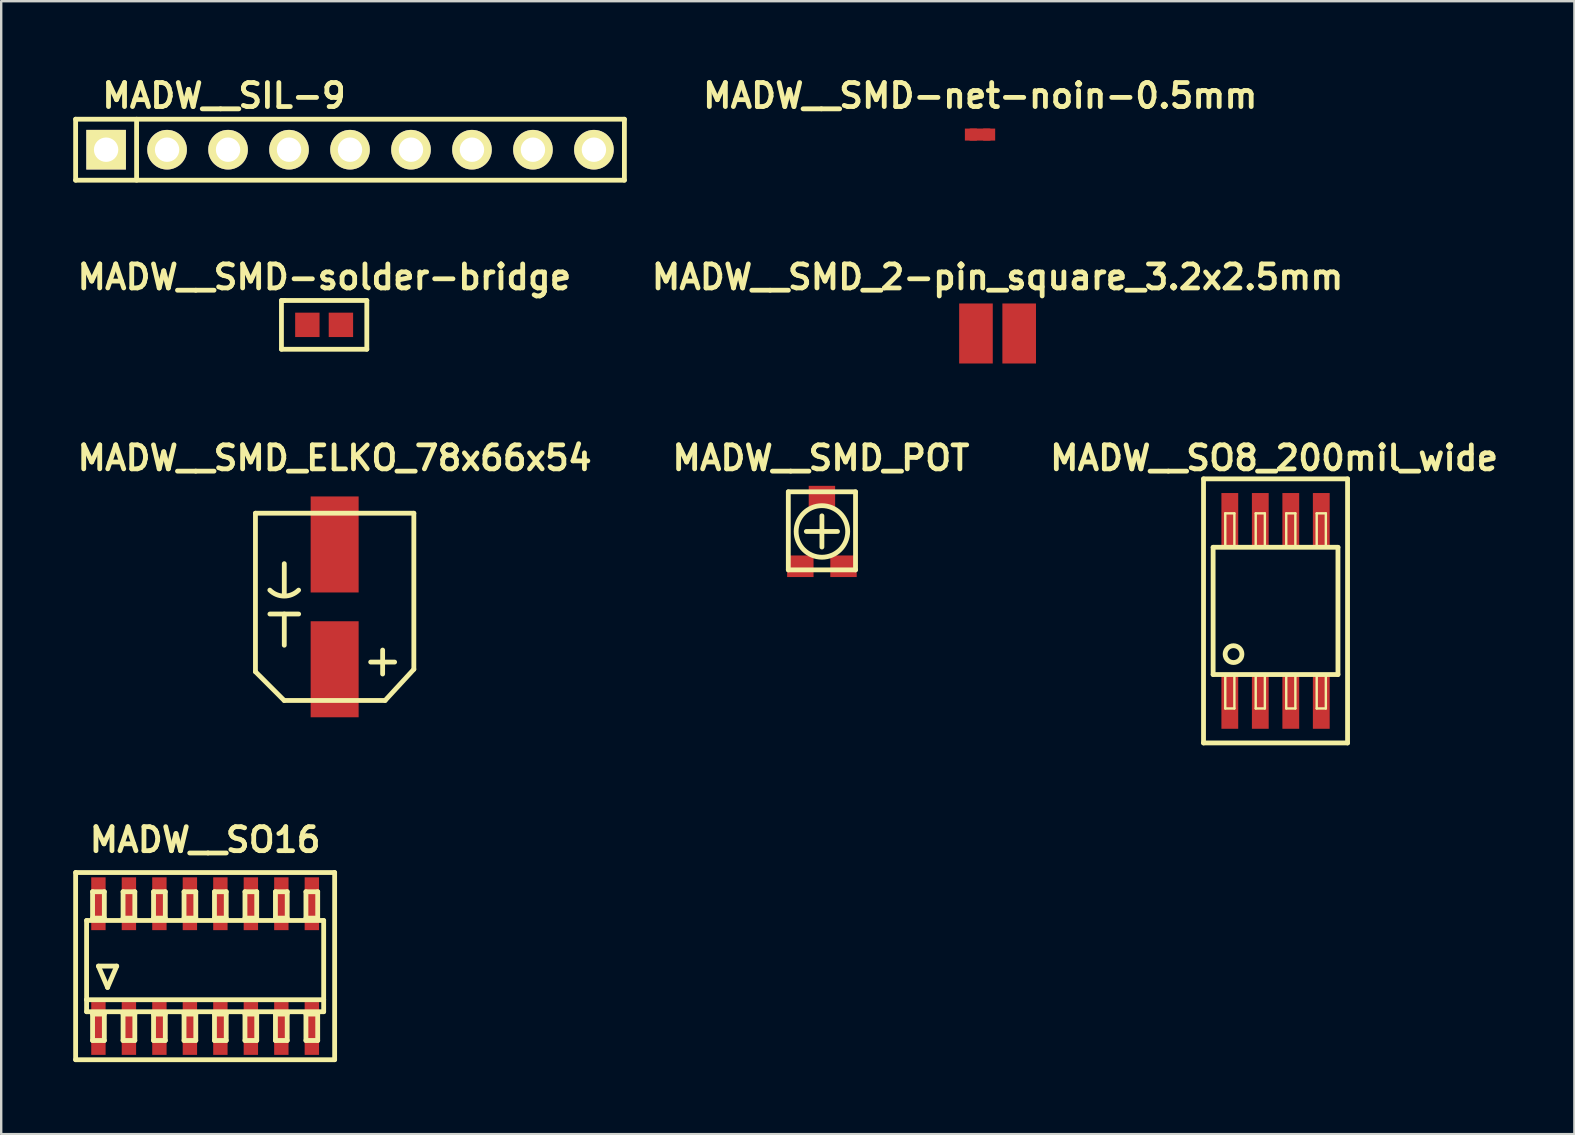
<source format=kicad_pcb>
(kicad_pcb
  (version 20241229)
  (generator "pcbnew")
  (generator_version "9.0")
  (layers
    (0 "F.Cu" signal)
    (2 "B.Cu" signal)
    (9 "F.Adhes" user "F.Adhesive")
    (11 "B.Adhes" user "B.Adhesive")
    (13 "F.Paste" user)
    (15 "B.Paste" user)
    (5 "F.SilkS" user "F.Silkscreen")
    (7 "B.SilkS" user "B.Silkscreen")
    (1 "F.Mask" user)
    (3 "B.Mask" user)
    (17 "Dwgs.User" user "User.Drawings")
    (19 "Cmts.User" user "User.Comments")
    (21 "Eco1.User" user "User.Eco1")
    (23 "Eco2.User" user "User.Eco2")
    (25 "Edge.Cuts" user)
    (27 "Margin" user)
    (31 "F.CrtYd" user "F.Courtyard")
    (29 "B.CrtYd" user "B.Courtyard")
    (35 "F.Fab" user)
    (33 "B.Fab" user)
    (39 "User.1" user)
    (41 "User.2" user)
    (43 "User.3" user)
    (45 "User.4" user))
  (footprint "MADW__SMD_ELKO_78x66x54"
    (layer "F.Cu")
    (at 10.89 22.129)
    (property "Reference" "MADW__SMD_ELKO_78x66x54" (at 0 -6.101 0) (layer "F.SilkS") (effects (font (size 1 1) (thickness 0.2))))
    (attr through_hole)
    (fp_line (start -3.299 -3.8) (end 3.299 -3.8) (stroke (width 0.2) (type solid)) (layer "F.SilkS"))
    (fp_line (start -3.299 2.802) (end -3.299 -3.8) (stroke (width 0.2) (type solid)) (layer "F.SilkS"))
    (fp_line (start -2.697 0.399) (end -1.499 0.399) (stroke (width 0.2) (type solid)) (layer "F.SilkS"))
    (fp_line (start -2.101 4) (end -3.299 2.802) (stroke (width 0.2) (type solid)) (layer "F.SilkS"))
    (fp_line (start -2.101 4) (end 2.101 4) (stroke (width 0.2) (type solid)) (layer "F.SilkS"))
    (fp_line (start -2.098 -0.399) (end -2.098 -1.699) (stroke (width 0.2) (type solid)) (layer "F.SilkS"))
    (fp_line (start -2.098 0.399) (end -2.098 1.699) (stroke (width 0.2) (type solid)) (layer "F.SilkS"))
    (fp_line (start 1.501 2.4) (end 2.499 2.4) (stroke (width 0.2) (type solid)) (layer "F.SilkS"))
    (fp_line (start 1.999 1.9) (end 1.999 2.898) (stroke (width 0.2) (type solid)) (layer "F.SilkS"))
    (fp_line (start 2.101 4) (end 3.299 2.7) (stroke (width 0.2) (type solid)) (layer "F.SilkS"))
    (fp_line (start 3.299 2.7) (end 3.299 -3.8) (stroke (width 0.2) (type solid)) (layer "F.SilkS"))
    (fp_arc (start -1.50114 -0.5969) (mid -2.10058 -0.348604) (end -2.70002 -0.5969) (stroke (width 0.2) (type solid)) (layer "F.SilkS"))
    (pad "1" smd rect (at 0 2.7) (size 1.999 4) (layers "F.Cu" "F.Mask" "F.Paste"))
    (pad "2" smd rect (at 0 -2.499) (size 1.999 4) (layers "F.Cu" "F.Mask" "F.Paste")))
  (footprint "MADW__SMD-net-noin-0.5mm"
    (layer "F.Cu")
    (at 37.774 2.556)
    (property "Reference" "MADW__SMD-net-noin-0.5mm" (at 0.01 -1.62 0) (layer "F.SilkS") (effects (font (size 1 1) (thickness 0.2))))
    (attr through_hole)
    (fp_line (start -0.381 -0.127) (end 0.381 -0.127) (stroke (width 0.25) (type solid)) (layer "F.Cu"))
    (fp_line (start -0.381 0) (end 0.381 0) (stroke (width 0.25) (type solid)) (layer "F.Cu"))
    (fp_line (start -0.381 0.127) (end 0.381 0.127) (stroke (width 0.25) (type solid)) (layer "F.Cu"))
    (pad "1" smd rect (at -0.381 0) (size 0.5 0.5) (layers "F.Cu"))
    (pad "2" smd rect (at 0.381 0) (size 0.5 0.5) (layers "F.Cu")))
  (footprint "MADW__SO8_200mil_wide"
    (layer "F.Cu")
    (at 50.084 22.398)
    (property "Reference" "MADW__SO8_200mil_wide" (at -0.06 -6.37 0) (layer "F.SilkS") (effects (font (size 1 1) (thickness 0.2))))
    (attr through_hole)
    (fp_line (start -3 -5.5) (end 3 -5.5) (stroke (width 0.2) (type solid)) (layer "F.SilkS"))
    (fp_line (start -3 5.5) (end -3 -5.5) (stroke (width 0.2) (type solid)) (layer "F.SilkS"))
    (fp_line (start -2.6 -2.65) (end 2.6 -2.65) (stroke (width 0.2) (type solid)) (layer "F.SilkS"))
    (fp_line (start -2.6 2.65) (end -2.6 -2.65) (stroke (width 0.2) (type solid)) (layer "F.SilkS"))
    (fp_line (start -2.095 -4.064) (end -1.714 -4.064) (stroke (width 0.1) (type solid)) (layer "F.SilkS"))
    (fp_line (start -2.095 -2.667) (end -2.095 -4.064) (stroke (width 0.1) (type solid)) (layer "F.SilkS"))
    (fp_line (start -2.095 4.064) (end -2.095 2.667) (stroke (width 0.1) (type solid)) (layer "F.SilkS"))
    (fp_line (start -1.714 -4.064) (end -1.714 -2.667) (stroke (width 0.1) (type solid)) (layer "F.SilkS"))
    (fp_line (start -1.714 2.667) (end -1.714 4.064) (stroke (width 0.1) (type solid)) (layer "F.SilkS"))
    (fp_line (start -1.714 4.064) (end -2.095 4.064) (stroke (width 0.1) (type solid)) (layer "F.SilkS"))
    (fp_line (start -0.826 -4.064) (end -0.445 -4.064) (stroke (width 0.1) (type solid)) (layer "F.SilkS"))
    (fp_line (start -0.826 -2.667) (end -0.826 -4.064) (stroke (width 0.1) (type solid)) (layer "F.SilkS"))
    (fp_line (start -0.826 4.064) (end -0.826 2.667) (stroke (width 0.1) (type solid)) (layer "F.SilkS"))
    (fp_line (start -0.445 -4.064) (end -0.445 -2.667) (stroke (width 0.1) (type solid)) (layer "F.SilkS"))
    (fp_line (start -0.445 2.667) (end -0.445 4.064) (stroke (width 0.1) (type solid)) (layer "F.SilkS"))
    (fp_line (start -0.445 4.064) (end -0.826 4.064) (stroke (width 0.1) (type solid)) (layer "F.SilkS"))
    (fp_line (start 0.445 -4.064) (end 0.826 -4.064) (stroke (width 0.1) (type solid)) (layer "F.SilkS"))
    (fp_line (start 0.445 -2.667) (end 0.445 -4.064) (stroke (width 0.1) (type solid)) (layer "F.SilkS"))
    (fp_line (start 0.445 4.064) (end 0.445 2.667) (stroke (width 0.1) (type solid)) (layer "F.SilkS"))
    (fp_line (start 0.826 -4.064) (end 0.826 -2.667) (stroke (width 0.1) (type solid)) (layer "F.SilkS"))
    (fp_line (start 0.826 2.667) (end 0.826 4.064) (stroke (width 0.1) (type solid)) (layer "F.SilkS"))
    (fp_line (start 0.826 4.064) (end 0.445 4.064) (stroke (width 0.1) (type solid)) (layer "F.SilkS"))
    (fp_line (start 1.714 -4.064) (end 2.095 -4.064) (stroke (width 0.1) (type solid)) (layer "F.SilkS"))
    (fp_line (start 1.714 -2.667) (end 1.714 -4.064) (stroke (width 0.1) (type solid)) (layer "F.SilkS"))
    (fp_line (start 1.714 4.064) (end 1.714 2.667) (stroke (width 0.1) (type solid)) (layer "F.SilkS"))
    (fp_line (start 2.095 -4.064) (end 2.095 -2.667) (stroke (width 0.1) (type solid)) (layer "F.SilkS"))
    (fp_line (start 2.095 2.667) (end 2.095 4.064) (stroke (width 0.1) (type solid)) (layer "F.SilkS"))
    (fp_line (start 2.095 4.064) (end 1.714 4.064) (stroke (width 0.1) (type solid)) (layer "F.SilkS"))
    (fp_line (start 2.6 -2.65) (end 2.6 2.65) (stroke (width 0.2) (type solid)) (layer "F.SilkS"))
    (fp_line (start 2.6 2.65) (end -2.6 2.65) (stroke (width 0.2) (type solid)) (layer "F.SilkS"))
    (fp_line (start 3 -5.5) (end 3 5.5) (stroke (width 0.2) (type solid)) (layer "F.SilkS"))
    (fp_line (start 3 5.5) (end -3 5.5) (stroke (width 0.2) (type solid)) (layer "F.SilkS"))
    (fp_circle (center -1.75 1.8) (end -1.4 1.8) (stroke (width 0.2) (type solid)) (fill no) (layer "F.SilkS"))
    (pad "1" smd rect (at -1.905 3.81) (size 0.7 2.2) (layers "F.Cu" "F.Mask" "F.Paste"))
    (pad "2" smd rect (at -0.635 3.81) (size 0.7 2.2) (layers "F.Cu" "F.Mask" "F.Paste"))
    (pad "3" smd rect (at 0.635 3.81) (size 0.7 2.2) (layers "F.Cu" "F.Mask" "F.Paste"))
    (pad "4" smd rect (at 1.905 3.81) (size 0.7 2.2) (layers "F.Cu" "F.Mask" "F.Paste"))
    (pad "5" smd rect (at 1.905 -3.81) (size 0.7 2.2) (layers "F.Cu" "F.Mask" "F.Paste"))
    (pad "6" smd rect (at 0.635 -3.81) (size 0.7 2.2) (layers "F.Cu" "F.Mask" "F.Paste"))
    (pad "7" smd rect (at -0.635 -3.81) (size 0.7 2.2) (layers "F.Cu" "F.Mask" "F.Paste"))
    (pad "8" smd rect (at -1.905 -3.81) (size 0.7 2.2) (layers "F.Cu" "F.Mask" "F.Paste")))
  (footprint "MADW__SMD-solder-bridge"
    (layer "F.Cu")
    (at 10.452 10.482)
    (property "Reference" "MADW__SMD-solder-bridge" (at 0.01 -1.99 0) (layer "F.SilkS") (effects (font (size 1 1) (thickness 0.2))))
    (attr through_hole)
    (fp_line (start -1.778 -1.016) (end -1.778 1.016) (stroke (width 0.2) (type solid)) (layer "F.SilkS"))
    (fp_line (start -1.778 1.016) (end 1.778 1.016) (stroke (width 0.2) (type solid)) (layer "F.SilkS"))
    (fp_line (start -1.651 -1.016) (end -1.778 -1.016) (stroke (width 0.2) (type solid)) (layer "F.SilkS"))
    (fp_line (start 1.778 -1.016) (end -1.651 -1.016) (stroke (width 0.2) (type solid)) (layer "F.SilkS"))
    (fp_line (start 1.778 1.016) (end 1.778 -1.016) (stroke (width 0.2) (type solid)) (layer "F.SilkS"))
    (pad "1" smd rect (at -0.699 0) (size 1.016 1.016) (layers "F.Cu" "F.Mask" "F.Paste"))
    (pad "2" smd rect (at 0.699 0) (size 1.016 1.016) (layers "F.Cu" "F.Mask" "F.Paste")))
  (footprint "MADW__SO16"
    (layer "F.Cu")
    (at 5.495 37.194)
    (property "Reference" "MADW__SO16" (at 0 -5.26 0) (layer "F.SilkS") (effects (font (size 1 1) (thickness 0.2))))
    (attr smd)
    (fp_line (start -5.395 -3.899) (end 5.395 -3.899) (stroke (width 0.2) (type solid)) (layer "F.SilkS"))
    (fp_line (start -5.395 3.899) (end -5.395 -3.899) (stroke (width 0.2) (type solid)) (layer "F.SilkS"))
    (fp_line (start -4.938 -1.9) (end 4.938 -1.9) (stroke (width 0.2) (type solid)) (layer "F.SilkS"))
    (fp_line (start -4.938 1.4) (end -4.938 -1.9) (stroke (width 0.2) (type solid)) (layer "F.SilkS"))
    (fp_line (start -4.938 1.9) (end -4.938 1.4) (stroke (width 0.2) (type solid)) (layer "F.SilkS"))
    (fp_line (start -4.689 -3.099) (end -4.199 -3.099) (stroke (width 0.2) (type solid)) (layer "F.SilkS"))
    (fp_line (start -4.689 -1.999) (end -4.689 -3.099) (stroke (width 0.2) (type solid)) (layer "F.SilkS"))
    (fp_line (start -4.689 -1.999) (end -4.199 -1.999) (stroke (width 0.2) (type solid)) (layer "F.SilkS"))
    (fp_line (start -4.689 1.999) (end -4.199 1.999) (stroke (width 0.2) (type solid)) (layer "F.SilkS"))
    (fp_line (start -4.689 3.099) (end -4.689 1.999) (stroke (width 0.2) (type solid)) (layer "F.SilkS"))
    (fp_line (start -4.689 3.099) (end -4.199 3.099) (stroke (width 0.2) (type solid)) (layer "F.SilkS"))
    (fp_line (start -4.445 0) (end -3.683 0) (stroke (width 0.2) (type solid)) (layer "F.SilkS"))
    (fp_line (start -4.199 -1.999) (end -4.199 -3.099) (stroke (width 0.2) (type solid)) (layer "F.SilkS"))
    (fp_line (start -4.199 3.099) (end -4.199 1.999) (stroke (width 0.2) (type solid)) (layer "F.SilkS"))
    (fp_line (start -4.064 0.889) (end -4.445 0) (stroke (width 0.2) (type solid)) (layer "F.SilkS"))
    (fp_line (start -3.683 0) (end -4.064 0.889) (stroke (width 0.2) (type solid)) (layer "F.SilkS"))
    (fp_line (start -3.419 -3.099) (end -2.929 -3.099) (stroke (width 0.2) (type solid)) (layer "F.SilkS"))
    (fp_line (start -3.419 -1.999) (end -3.419 -3.099) (stroke (width 0.2) (type solid)) (layer "F.SilkS"))
    (fp_line (start -3.419 -1.999) (end -2.929 -1.999) (stroke (width 0.2) (type solid)) (layer "F.SilkS"))
    (fp_line (start -3.419 1.999) (end -2.929 1.999) (stroke (width 0.2) (type solid)) (layer "F.SilkS"))
    (fp_line (start -3.419 3.099) (end -3.419 1.999) (stroke (width 0.2) (type solid)) (layer "F.SilkS"))
    (fp_line (start -3.419 3.099) (end -2.929 3.099) (stroke (width 0.2) (type solid)) (layer "F.SilkS"))
    (fp_line (start -2.929 -1.999) (end -2.929 -3.099) (stroke (width 0.2) (type solid)) (layer "F.SilkS"))
    (fp_line (start -2.929 3.099) (end -2.929 1.999) (stroke (width 0.2) (type solid)) (layer "F.SilkS"))
    (fp_line (start -2.149 -3.099) (end -1.659 -3.099) (stroke (width 0.2) (type solid)) (layer "F.SilkS"))
    (fp_line (start -2.149 -1.999) (end -2.149 -3.099) (stroke (width 0.2) (type solid)) (layer "F.SilkS"))
    (fp_line (start -2.149 -1.999) (end -1.659 -1.999) (stroke (width 0.2) (type solid)) (layer "F.SilkS"))
    (fp_line (start -2.149 1.999) (end -1.659 1.999) (stroke (width 0.2) (type solid)) (layer "F.SilkS"))
    (fp_line (start -2.149 3.099) (end -2.149 1.999) (stroke (width 0.2) (type solid)) (layer "F.SilkS"))
    (fp_line (start -2.149 3.099) (end -1.659 3.099) (stroke (width 0.2) (type solid)) (layer "F.SilkS"))
    (fp_line (start -1.659 -1.999) (end -1.659 -3.099) (stroke (width 0.2) (type solid)) (layer "F.SilkS"))
    (fp_line (start -1.659 3.099) (end -1.659 1.999) (stroke (width 0.2) (type solid)) (layer "F.SilkS"))
    (fp_line (start -0.879 -3.099) (end -0.389 -3.099) (stroke (width 0.2) (type solid)) (layer "F.SilkS"))
    (fp_line (start -0.879 -1.999) (end -0.879 -3.099) (stroke (width 0.2) (type solid)) (layer "F.SilkS"))
    (fp_line (start -0.879 -1.999) (end -0.389 -1.999) (stroke (width 0.2) (type solid)) (layer "F.SilkS"))
    (fp_line (start -0.879 1.999) (end -0.389 1.999) (stroke (width 0.2) (type solid)) (layer "F.SilkS"))
    (fp_line (start -0.879 3.099) (end -0.879 1.999) (stroke (width 0.2) (type solid)) (layer "F.SilkS"))
    (fp_line (start -0.879 3.099) (end -0.389 3.099) (stroke (width 0.2) (type solid)) (layer "F.SilkS"))
    (fp_line (start -0.389 -1.999) (end -0.389 -3.099) (stroke (width 0.2) (type solid)) (layer "F.SilkS"))
    (fp_line (start -0.389 3.099) (end -0.389 1.999) (stroke (width 0.2) (type solid)) (layer "F.SilkS"))
    (fp_line (start 0.389 -3.099) (end 0.879 -3.099) (stroke (width 0.2) (type solid)) (layer "F.SilkS"))
    (fp_line (start 0.389 -1.999) (end 0.389 -3.099) (stroke (width 0.2) (type solid)) (layer "F.SilkS"))
    (fp_line (start 0.389 -1.999) (end 0.879 -1.999) (stroke (width 0.2) (type solid)) (layer "F.SilkS"))
    (fp_line (start 0.389 1.999) (end 0.879 1.999) (stroke (width 0.2) (type solid)) (layer "F.SilkS"))
    (fp_line (start 0.389 3.099) (end 0.389 1.999) (stroke (width 0.2) (type solid)) (layer "F.SilkS"))
    (fp_line (start 0.389 3.099) (end 0.879 3.099) (stroke (width 0.2) (type solid)) (layer "F.SilkS"))
    (fp_line (start 0.879 -1.999) (end 0.879 -3.099) (stroke (width 0.2) (type solid)) (layer "F.SilkS"))
    (fp_line (start 0.879 3.099) (end 0.879 1.999) (stroke (width 0.2) (type solid)) (layer "F.SilkS"))
    (fp_line (start 1.659 -3.099) (end 2.149 -3.099) (stroke (width 0.2) (type solid)) (layer "F.SilkS"))
    (fp_line (start 1.659 -1.999) (end 1.659 -3.099) (stroke (width 0.2) (type solid)) (layer "F.SilkS"))
    (fp_line (start 1.659 -1.999) (end 2.149 -1.999) (stroke (width 0.2) (type solid)) (layer "F.SilkS"))
    (fp_line (start 1.659 1.999) (end 2.149 1.999) (stroke (width 0.2) (type solid)) (layer "F.SilkS"))
    (fp_line (start 1.659 3.099) (end 1.659 1.999) (stroke (width 0.2) (type solid)) (layer "F.SilkS"))
    (fp_line (start 1.659 3.099) (end 2.149 3.099) (stroke (width 0.2) (type solid)) (layer "F.SilkS"))
    (fp_line (start 2.149 -1.999) (end 2.149 -3.099) (stroke (width 0.2) (type solid)) (layer "F.SilkS"))
    (fp_line (start 2.149 3.099) (end 2.149 1.999) (stroke (width 0.2) (type solid)) (layer "F.SilkS"))
    (fp_line (start 2.929 -3.099) (end 3.419 -3.099) (stroke (width 0.2) (type solid)) (layer "F.SilkS"))
    (fp_line (start 2.929 -1.999) (end 2.929 -3.099) (stroke (width 0.2) (type solid)) (layer "F.SilkS"))
    (fp_line (start 2.929 -1.999) (end 3.419 -1.999) (stroke (width 0.2) (type solid)) (layer "F.SilkS"))
    (fp_line (start 2.929 1.999) (end 3.419 1.999) (stroke (width 0.2) (type solid)) (layer "F.SilkS"))
    (fp_line (start 2.929 3.099) (end 2.929 1.999) (stroke (width 0.2) (type solid)) (layer "F.SilkS"))
    (fp_line (start 2.929 3.099) (end 3.419 3.099) (stroke (width 0.2) (type solid)) (layer "F.SilkS"))
    (fp_line (start 3.419 -1.999) (end 3.419 -3.099) (stroke (width 0.2) (type solid)) (layer "F.SilkS"))
    (fp_line (start 3.419 3.099) (end 3.419 1.999) (stroke (width 0.2) (type solid)) (layer "F.SilkS"))
    (fp_line (start 4.199 -3.099) (end 4.689 -3.099) (stroke (width 0.2) (type solid)) (layer "F.SilkS"))
    (fp_line (start 4.199 -1.999) (end 4.199 -3.099) (stroke (width 0.2) (type solid)) (layer "F.SilkS"))
    (fp_line (start 4.199 -1.999) (end 4.689 -1.999) (stroke (width 0.2) (type solid)) (layer "F.SilkS"))
    (fp_line (start 4.199 1.999) (end 4.689 1.999) (stroke (width 0.2) (type solid)) (layer "F.SilkS"))
    (fp_line (start 4.199 3.099) (end 4.199 1.999) (stroke (width 0.2) (type solid)) (layer "F.SilkS"))
    (fp_line (start 4.199 3.099) (end 4.689 3.099) (stroke (width 0.2) (type solid)) (layer "F.SilkS"))
    (fp_line (start 4.689 -1.999) (end 4.689 -3.099) (stroke (width 0.2) (type solid)) (layer "F.SilkS"))
    (fp_line (start 4.689 3.099) (end 4.689 1.999) (stroke (width 0.2) (type solid)) (layer "F.SilkS"))
    (fp_line (start 4.938 -1.9) (end 4.938 1.4) (stroke (width 0.2) (type solid)) (layer "F.SilkS"))
    (fp_line (start 4.938 1.4) (end -4.938 1.4) (stroke (width 0.2) (type solid)) (layer "F.SilkS"))
    (fp_line (start 4.938 1.4) (end 4.938 1.9) (stroke (width 0.2) (type solid)) (layer "F.SilkS"))
    (fp_line (start 4.938 1.9) (end -4.938 1.9) (stroke (width 0.2) (type solid)) (layer "F.SilkS"))
    (fp_line (start 5.395 -3.899) (end 5.395 3.899) (stroke (width 0.2) (type solid)) (layer "F.SilkS"))
    (fp_line (start 5.395 3.899) (end -5.395 3.899) (stroke (width 0.2) (type solid)) (layer "F.SilkS"))
    (pad "1" smd rect (at -4.445 2.598) (size 0.599 2.2) (layers "F.Cu" "F.Mask" "F.Paste"))
    (pad "2" smd rect (at -3.175 2.598) (size 0.599 2.2) (layers "F.Cu" "F.Mask" "F.Paste"))
    (pad "3" smd rect (at -1.905 2.598) (size 0.599 2.2) (layers "F.Cu" "F.Mask" "F.Paste"))
    (pad "4" smd rect (at -0.635 2.598) (size 0.599 2.2) (layers "F.Cu" "F.Mask" "F.Paste"))
    (pad "5" smd rect (at 0.635 2.598) (size 0.599 2.2) (layers "F.Cu" "F.Mask" "F.Paste"))
    (pad "6" smd rect (at 1.905 2.598) (size 0.599 2.2) (layers "F.Cu" "F.Mask" "F.Paste"))
    (pad "7" smd rect (at 3.175 2.598) (size 0.599 2.2) (layers "F.Cu" "F.Mask" "F.Paste"))
    (pad "8" smd rect (at 4.445 2.598) (size 0.599 2.2) (layers "F.Cu" "F.Mask" "F.Paste"))
    (pad "9" smd rect (at 4.445 -2.598) (size 0.599 2.2) (layers "F.Cu" "F.Mask" "F.Paste"))
    (pad "10" smd rect (at 3.175 -2.598) (size 0.599 2.2) (layers "F.Cu" "F.Mask" "F.Paste"))
    (pad "11" smd rect (at 1.905 -2.598) (size 0.599 2.2) (layers "F.Cu" "F.Mask" "F.Paste"))
    (pad "12" smd rect (at 0.635 -2.598) (size 0.599 2.2) (layers "F.Cu" "F.Mask" "F.Paste"))
    (pad "13" smd rect (at -0.635 -2.598) (size 0.599 2.2) (layers "F.Cu" "F.Mask" "F.Paste"))
    (pad "14" smd rect (at -1.905 -2.598) (size 0.599 2.2) (layers "F.Cu" "F.Mask" "F.Paste"))
    (pad "15" smd rect (at -3.175 -2.598) (size 0.599 2.2) (layers "F.Cu" "F.Mask" "F.Paste"))
    (pad "16" smd rect (at -4.445 -2.598) (size 0.599 2.2) (layers "F.Cu" "F.Mask" "F.Paste")))
  (footprint "MADW__SMD_POT"
    (layer "F.Cu")
    (at 31.188 19.088)
    (property "Reference" "MADW__SMD_POT" (at -0.04 -3.06 0) (layer "F.SilkS") (effects (font (size 1 1) (thickness 0.2))))
    (attr through_hole)
    (fp_line (start -1.4 -1.651) (end -1.4 1.6) (stroke (width 0.2) (type solid)) (layer "F.SilkS"))
    (fp_line (start -1.4 -1.651) (end 1.4 -1.651) (stroke (width 0.2) (type solid)) (layer "F.SilkS"))
    (fp_line (start -0.65 0) (end 0.65 0) (stroke (width 0.2) (type solid)) (layer "F.SilkS"))
    (fp_line (start 0 -0.65) (end 0 0.65) (stroke (width 0.2) (type solid)) (layer "F.SilkS"))
    (fp_line (start 1.4 -1.651) (end 1.4 1.6) (stroke (width 0.2) (type solid)) (layer "F.SilkS"))
    (fp_line (start 1.4 1.6) (end -1.4 1.6) (stroke (width 0.2) (type solid)) (layer "F.SilkS"))
    (fp_circle (center 0 0) (end 0.95 -0.5) (stroke (width 0.2) (type solid)) (fill no) (layer "F.SilkS"))
    (pad "1" smd rect (at -0.899 1.45) (size 1.1 0.899) (layers "F.Cu" "F.Mask" "F.Paste"))
    (pad "2" smd rect (at 0 -1.45) (size 1.1 0.899) (layers "F.Cu" "F.Mask" "F.Paste"))
    (pad "3" smd rect (at 0.899 1.45) (size 1.1 0.899) (layers "F.Cu" "F.Mask" "F.Paste")))
  (footprint "MADW__SMD_2-pin_square_3.2x2.5mm"
    (layer "F.Cu")
    (at 38.505 10.842)
    (property "Reference" "MADW__SMD_2-pin_square_3.2x2.5mm" (at 0 -2.35 0) (layer "F.SilkS") (effects (font (size 1 1) (thickness 0.2))))
    (attr through_hole)
    (pad "1" smd rect (at 0.9 0) (size 1.4 2.5) (layers "F.Cu" "F.Mask" "F.Paste"))
    (pad "2" smd rect (at -0.9 0) (size 1.4 2.5) (layers "F.Cu" "F.Mask" "F.Paste")))
  (footprint "MADW__SIL-9"
    (layer "F.Cu")
    (at 11.53 3.186)
    (property "Reference" "MADW__SIL-9" (at -5.25 -2.25 0) (layer "F.SilkS") (effects (font (size 1 1) (thickness 0.2))))
    (attr through_hole)
    (fp_line (start -11.43 1.27) (end -11.43 -1.27) (stroke (width 0.2) (type solid)) (layer "F.SilkS"))
    (fp_line (start -8.89 -1.27) (end -8.89 1.27) (stroke (width 0.2) (type solid)) (layer "F.SilkS"))
    (fp_line (start 11.43 -1.27) (end -11.43 -1.27) (stroke (width 0.2) (type solid)) (layer "F.SilkS"))
    (fp_line (start 11.43 -1.27) (end 11.43 1.27) (stroke (width 0.2) (type solid)) (layer "F.SilkS"))
    (fp_line (start 11.43 1.27) (end -11.43 1.27) (stroke (width 0.2) (type solid)) (layer "F.SilkS"))
    (pad "1" thru_hole rect (at -10.16 0) (size 1.65 1.65) (drill 1.016) (layers "*.Cu" "*.Mask" "F.SilkS"))
    (pad "2" thru_hole circle (at -7.62 0) (size 1.65 1.65) (drill 1.016) (layers "*.Cu" "*.Mask" "F.SilkS"))
    (pad "3" thru_hole circle (at -5.08 0) (size 1.65 1.65) (drill 1.016) (layers "*.Cu" "*.Mask" "F.SilkS"))
    (pad "4" thru_hole circle (at -2.54 0) (size 1.65 1.65) (drill 1.016) (layers "*.Cu" "*.Mask" "F.SilkS"))
    (pad "5" thru_hole circle (at 0 0) (size 1.65 1.65) (drill 1.016) (layers "*.Cu" "*.Mask" "F.SilkS"))
    (pad "6" thru_hole circle (at 2.54 0) (size 1.65 1.65) (drill 1.016) (layers "*.Cu" "*.Mask" "F.SilkS"))
    (pad "7" thru_hole circle (at 5.08 0) (size 1.65 1.65) (drill 1.016) (layers "*.Cu" "*.Mask" "F.SilkS"))
    (pad "8" thru_hole circle (at 7.62 0) (size 1.65 1.65) (drill 1.016) (layers "*.Cu" "*.Mask" "F.SilkS"))
    (pad "9" thru_hole circle (at 10.16 0) (size 1.65 1.65) (drill 1.016) (layers "*.Cu" "*.Mask" "F.SilkS")))
  (gr_rect
    (start -3 -3)
    (end 62.533 44.193)
    (stroke (width 0.1) (type default))
    (fill no)
    (layer "Edge.Cuts")))
</source>
